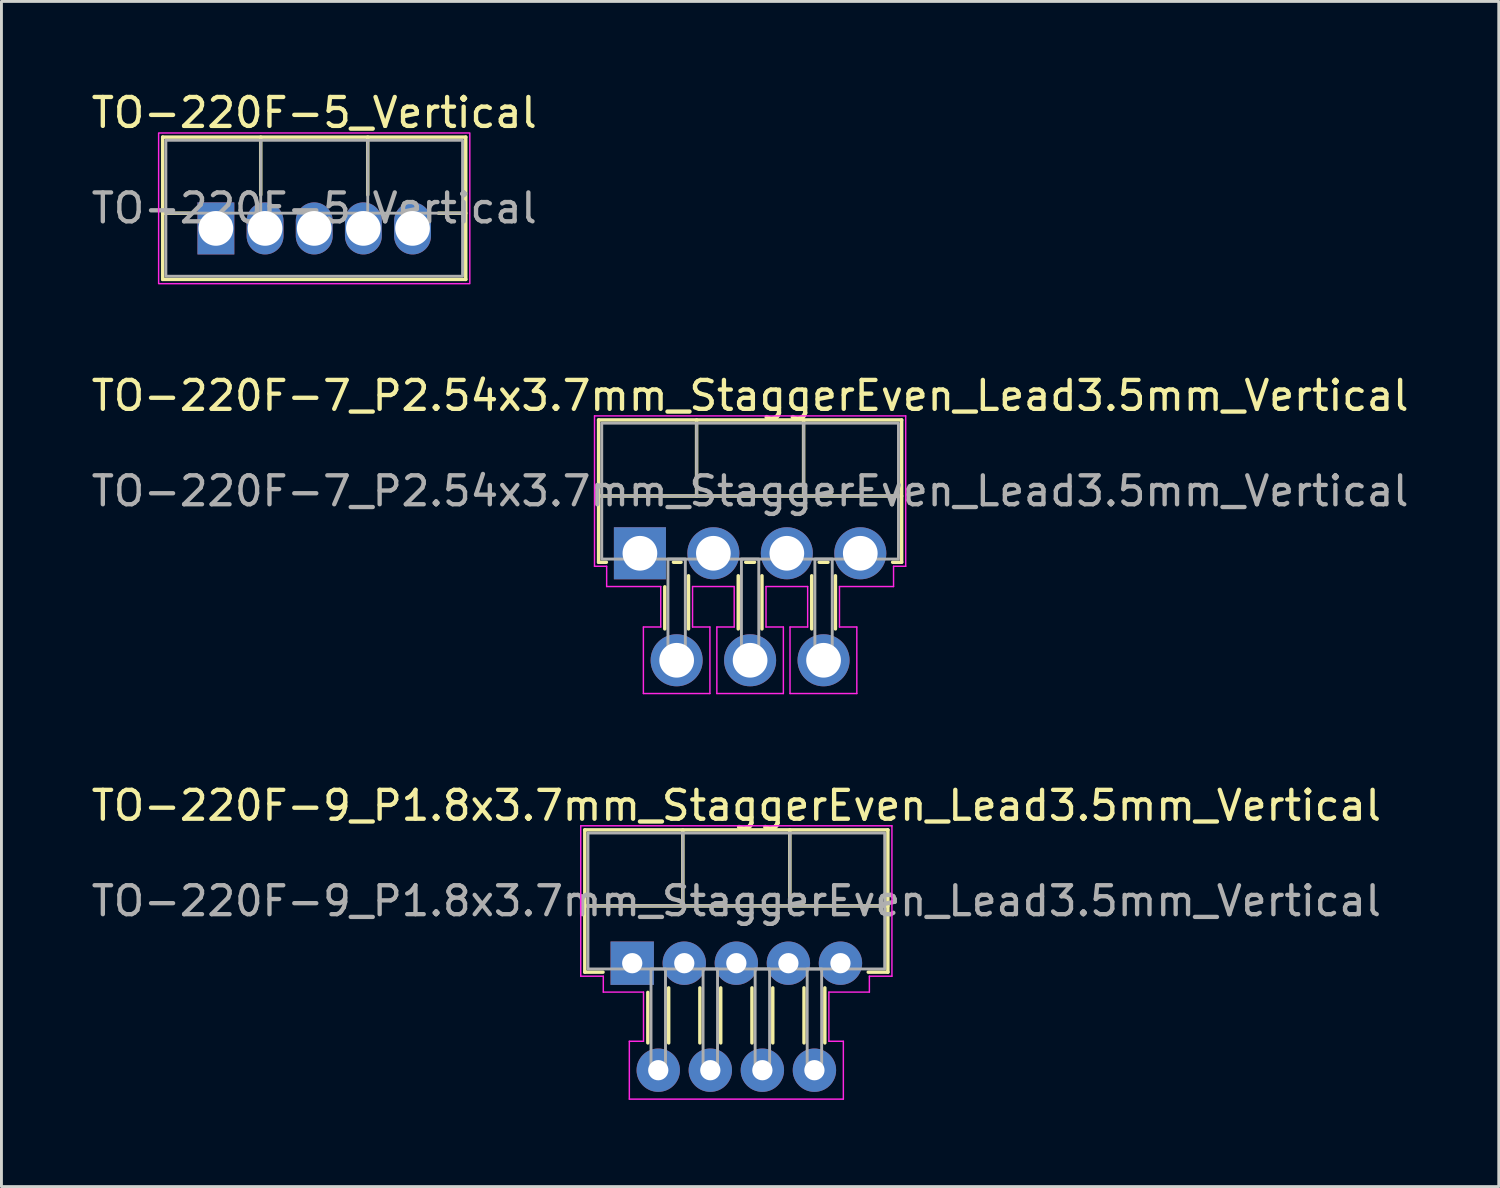
<source format=kicad_pcb>
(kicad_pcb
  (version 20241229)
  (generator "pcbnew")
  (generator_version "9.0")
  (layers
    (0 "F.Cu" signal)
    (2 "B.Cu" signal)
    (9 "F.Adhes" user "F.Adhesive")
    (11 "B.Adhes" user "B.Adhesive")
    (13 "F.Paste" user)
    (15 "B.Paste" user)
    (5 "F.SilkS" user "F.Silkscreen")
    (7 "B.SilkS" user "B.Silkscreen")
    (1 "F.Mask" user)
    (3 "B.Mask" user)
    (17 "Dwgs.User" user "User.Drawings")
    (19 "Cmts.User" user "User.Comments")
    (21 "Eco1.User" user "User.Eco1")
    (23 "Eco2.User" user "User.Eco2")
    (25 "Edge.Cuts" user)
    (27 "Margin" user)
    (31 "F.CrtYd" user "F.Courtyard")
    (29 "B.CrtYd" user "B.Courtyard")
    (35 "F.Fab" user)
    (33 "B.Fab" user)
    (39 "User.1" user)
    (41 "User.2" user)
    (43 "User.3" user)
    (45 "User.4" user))
  (footprint "TO-220F-7_P2.54x3.7mm_StaggerEven_Lead3.5mm_Vertical"
    (layer "F.Cu")
    (at 19.077 16.081)
    (property "Reference" "TO-220F-7_P2.54x3.7mm_StaggerEven_Lead3.5mm_Vertical" (at 3.81 -5.45 0) (layer "F.SilkS") (effects (font (size 1 1) (thickness 0.15))))
    (attr through_hole)
    (fp_line (start -1.43 -4.61) (end 9.05 -4.61) (stroke (width 0.12) (type solid)) (layer "F.SilkS"))
    (fp_line (start -1.43 -1.98) (end 9.05 -1.98) (stroke (width 0.12) (type solid)) (layer "F.SilkS"))
    (fp_line (start -1.43 0.31) (end -1.43 -4.61) (stroke (width 0.12) (type solid)) (layer "F.SilkS"))
    (fp_line (start -1.16 0.31) (end -1.43 0.31) (stroke (width 0.12) (type solid)) (layer "F.SilkS"))
    (fp_line (start 0.86 1.16) (end 0.86 2.615) (stroke (width 0.12) (type solid)) (layer "F.SilkS"))
    (fp_line (start 1.422 0.31) (end 1.16 0.31) (stroke (width 0.12) (type solid)) (layer "F.SilkS"))
    (fp_line (start 1.68 0.778) (end 1.68 2.615) (stroke (width 0.12) (type solid)) (layer "F.SilkS"))
    (fp_line (start 1.96 -4.61) (end 1.96 -1.98) (stroke (width 0.12) (type solid)) (layer "F.SilkS"))
    (fp_line (start 3.4 0.778) (end 3.4 2.615) (stroke (width 0.12) (type solid)) (layer "F.SilkS"))
    (fp_line (start 3.962 0.31) (end 3.658 0.31) (stroke (width 0.12) (type solid)) (layer "F.SilkS"))
    (fp_line (start 4.22 0.778) (end 4.22 2.615) (stroke (width 0.12) (type solid)) (layer "F.SilkS"))
    (fp_line (start 5.66 -4.61) (end 5.66 -1.98) (stroke (width 0.12) (type solid)) (layer "F.SilkS"))
    (fp_line (start 5.94 0.778) (end 5.94 2.615) (stroke (width 0.12) (type solid)) (layer "F.SilkS"))
    (fp_line (start 6.502 0.31) (end 6.198 0.31) (stroke (width 0.12) (type solid)) (layer "F.SilkS"))
    (fp_line (start 6.76 0.778) (end 6.76 2.615) (stroke (width 0.12) (type solid)) (layer "F.SilkS"))
    (fp_line (start 9.05 -4.61) (end 9.05 0.31) (stroke (width 0.12) (type solid)) (layer "F.SilkS"))
    (fp_line (start 9.05 0.31) (end 8.738 0.31) (stroke (width 0.12) (type solid)) (layer "F.SilkS"))
    (fp_line (start -1.57 -4.75) (end 9.19 -4.75) (stroke (width 0.05) (type solid)) (layer "F.CrtYd"))
    (fp_line (start -1.57 0.45) (end -1.57 -4.75) (stroke (width 0.05) (type solid)) (layer "F.CrtYd"))
    (fp_line (start -1.15 0.45) (end -1.57 0.45) (stroke (width 0.05) (type solid)) (layer "F.CrtYd"))
    (fp_line (start -1.15 1.15) (end -1.15 0.45) (stroke (width 0.05) (type solid)) (layer "F.CrtYd"))
    (fp_line (start 0.12 2.55) (end 0.72 2.55) (stroke (width 0.05) (type solid)) (layer "F.CrtYd"))
    (fp_line (start 0.12 4.85) (end 0.12 2.55) (stroke (width 0.05) (type solid)) (layer "F.CrtYd"))
    (fp_line (start 0.72 1.15) (end -1.15 1.15) (stroke (width 0.05) (type solid)) (layer "F.CrtYd"))
    (fp_line (start 0.72 2.55) (end 0.72 1.15) (stroke (width 0.05) (type solid)) (layer "F.CrtYd"))
    (fp_line (start 1.82 1.15) (end 1.82 2.55) (stroke (width 0.05) (type solid)) (layer "F.CrtYd"))
    (fp_line (start 1.82 2.55) (end 2.42 2.55) (stroke (width 0.05) (type solid)) (layer "F.CrtYd"))
    (fp_line (start 2.42 2.55) (end 2.42 4.85) (stroke (width 0.05) (type solid)) (layer "F.CrtYd"))
    (fp_line (start 2.42 4.85) (end 0.12 4.85) (stroke (width 0.05) (type solid)) (layer "F.CrtYd"))
    (fp_line (start 2.66 2.55) (end 3.26 2.55) (stroke (width 0.05) (type solid)) (layer "F.CrtYd"))
    (fp_line (start 2.66 4.85) (end 2.66 2.55) (stroke (width 0.05) (type solid)) (layer "F.CrtYd"))
    (fp_line (start 3.26 1.15) (end 1.82 1.15) (stroke (width 0.05) (type solid)) (layer "F.CrtYd"))
    (fp_line (start 3.26 2.55) (end 3.26 1.15) (stroke (width 0.05) (type solid)) (layer "F.CrtYd"))
    (fp_line (start 4.36 1.15) (end 4.36 2.55) (stroke (width 0.05) (type solid)) (layer "F.CrtYd"))
    (fp_line (start 4.36 2.55) (end 4.96 2.55) (stroke (width 0.05) (type solid)) (layer "F.CrtYd"))
    (fp_line (start 4.96 2.55) (end 4.96 4.85) (stroke (width 0.05) (type solid)) (layer "F.CrtYd"))
    (fp_line (start 4.96 4.85) (end 2.66 4.85) (stroke (width 0.05) (type solid)) (layer "F.CrtYd"))
    (fp_line (start 5.19 2.55) (end 5.8 2.55) (stroke (width 0.05) (type solid)) (layer "F.CrtYd"))
    (fp_line (start 5.19 4.85) (end 5.19 2.55) (stroke (width 0.05) (type solid)) (layer "F.CrtYd"))
    (fp_line (start 5.8 1.15) (end 4.36 1.15) (stroke (width 0.05) (type solid)) (layer "F.CrtYd"))
    (fp_line (start 5.8 2.55) (end 5.8 1.15) (stroke (width 0.05) (type solid)) (layer "F.CrtYd"))
    (fp_line (start 6.9 1.15) (end 6.9 2.55) (stroke (width 0.05) (type solid)) (layer "F.CrtYd"))
    (fp_line (start 6.9 2.55) (end 7.5 2.55) (stroke (width 0.05) (type solid)) (layer "F.CrtYd"))
    (fp_line (start 7.5 2.55) (end 7.5 4.85) (stroke (width 0.05) (type solid)) (layer "F.CrtYd"))
    (fp_line (start 7.5 4.85) (end 5.19 4.85) (stroke (width 0.05) (type solid)) (layer "F.CrtYd"))
    (fp_line (start 8.77 0.45) (end 8.77 1.15) (stroke (width 0.05) (type solid)) (layer "F.CrtYd"))
    (fp_line (start 8.77 1.15) (end 6.9 1.15) (stroke (width 0.05) (type solid)) (layer "F.CrtYd"))
    (fp_line (start 9.19 -4.75) (end 9.19 0.45) (stroke (width 0.05) (type solid)) (layer "F.CrtYd"))
    (fp_line (start 9.19 0.45) (end 8.77 0.45) (stroke (width 0.05) (type solid)) (layer "F.CrtYd"))
    (fp_line (start -1.32 -1.98) (end 8.94 -1.98) (stroke (width 0.1) (type solid)) (layer "F.Fab"))
    (fp_line (start 1.96 -4.5) (end 1.96 -1.98) (stroke (width 0.1) (type solid)) (layer "F.Fab"))
    (fp_line (start 5.66 -4.5) (end 5.66 -1.98) (stroke (width 0.1) (type solid)) (layer "F.Fab"))
    (fp_rect (start -1.32 -4.5) (end 8.94 0.2) (stroke (width 0.1) (type solid)) (fill no) (layer "F.Fab"))
    (fp_rect (start 0.97 0.2) (end 1.57 3.7) (stroke (width 0.1) (type solid)) (fill no) (layer "F.Fab"))
    (fp_rect (start 3.51 0.2) (end 4.11 3.7) (stroke (width 0.1) (type solid)) (fill no) (layer "F.Fab"))
    (fp_rect (start 6.05 0.2) (end 6.65 3.7) (stroke (width 0.1) (type solid)) (fill no) (layer "F.Fab"))
    (fp_text user "${REFERENCE}" (at 3.81 -2.15 0) (layer "F.Fab") (effects (font (size 1 1) (thickness 0.15))))
    (pad "1" thru_hole rect (at 0 0) (size 1.8 1.8) (drill 1.2) (layers "*.Cu" "*.Mask"))
    (pad "2" thru_hole circle (at 1.27 3.7) (size 1.8 1.8) (drill 1.2) (layers "*.Cu" "*.Mask"))
    (pad "3" thru_hole circle (at 2.54 0) (size 1.8 1.8) (drill 1.2) (layers "*.Cu" "*.Mask"))
    (pad "4" thru_hole circle (at 3.81 3.7) (size 1.8 1.8) (drill 1.2) (layers "*.Cu" "*.Mask"))
    (pad "5" thru_hole circle (at 5.08 0) (size 1.8 1.8) (drill 1.2) (layers "*.Cu" "*.Mask"))
    (pad "6" thru_hole circle (at 6.35 3.7) (size 1.8 1.8) (drill 1.2) (layers "*.Cu" "*.Mask"))
    (pad "7" thru_hole circle (at 7.62 0) (size 1.8 1.8) (drill 1.2) (layers "*.Cu" "*.Mask")))
  (footprint "TO-220F-5_Vertical"
    (layer "F.Cu")
    (at 4.415 4.848)
    (property "Reference" "TO-220F-5_Vertical" (at 3.4 -4 0) (layer "F.SilkS") (effects (font (size 1 1) (thickness 0.15))))
    (attr through_hole)
    (fp_line (start -1.84 -3.157) (end 8.64 -3.157) (stroke (width 0.12) (type solid)) (layer "F.SilkS"))
    (fp_line (start -1.84 -0.527) (end -0.898 -0.527) (stroke (width 0.12) (type solid)) (layer "F.SilkS"))
    (fp_line (start -1.84 1.763) (end -1.84 -3.157) (stroke (width 0.12) (type solid)) (layer "F.SilkS"))
    (fp_line (start 1.55 -3.157) (end 1.55 -1.16) (stroke (width 0.12) (type solid)) (layer "F.SilkS"))
    (fp_line (start 5.25 -3.157) (end 5.25 -1.16) (stroke (width 0.12) (type solid)) (layer "F.SilkS"))
    (fp_line (start 7.698 -0.527) (end 8.64 -0.527) (stroke (width 0.12) (type solid)) (layer "F.SilkS"))
    (fp_line (start 8.64 -3.157) (end 8.64 1.763) (stroke (width 0.12) (type solid)) (layer "F.SilkS"))
    (fp_line (start 8.64 1.763) (end -1.84 1.763) (stroke (width 0.12) (type solid)) (layer "F.SilkS"))
    (fp_rect (start -1.98 -3.3) (end 8.78 1.91) (stroke (width 0.05) (type solid)) (fill no) (layer "F.CrtYd"))
    (fp_line (start -1.73 -0.527) (end 8.53 -0.527) (stroke (width 0.1) (type solid)) (layer "F.Fab"))
    (fp_line (start 1.55 -3.047) (end 1.55 -0.527) (stroke (width 0.1) (type solid)) (layer "F.Fab"))
    (fp_line (start 5.25 -3.047) (end 5.25 -0.527) (stroke (width 0.1) (type solid)) (layer "F.Fab"))
    (fp_rect (start -1.73 -3.047) (end 8.53 1.653) (stroke (width 0.1) (type solid)) (fill no) (layer "F.Fab"))
    (fp_text user "${REFERENCE}" (at 3.4 -0.7 0) (layer "F.Fab") (effects (font (size 1 1) (thickness 0.15))))
    (pad "1" thru_hole rect (at 0 0) (size 1.275 1.8) (drill 1.2) (layers "*.Cu" "*.Mask"))
    (pad "2" thru_hole oval (at 1.7 0) (size 1.275 1.8) (drill 1.2) (layers "*.Cu" "*.Mask"))
    (pad "3" thru_hole oval (at 3.4 0) (size 1.275 1.8) (drill 1.2) (layers "*.Cu" "*.Mask"))
    (pad "4" thru_hole oval (at 5.1 0) (size 1.275 1.8) (drill 1.2) (layers "*.Cu" "*.Mask"))
    (pad "5" thru_hole oval (at 6.8 0) (size 1.275 1.8) (drill 1.2) (layers "*.Cu" "*.Mask")))
  (footprint "TO-220F-9_P1.8x3.7mm_StaggerEven_Lead3.5mm_Vertical"
    (layer "F.Cu")
    (at 18.811 30.255)
    (property "Reference" "TO-220F-9_P1.8x3.7mm_StaggerEven_Lead3.5mm_Vertical" (at 3.6 -5.45 0) (layer "F.SilkS") (effects (font (size 1 1) (thickness 0.15))))
    (attr through_hole)
    (fp_line (start -1.64 -4.61) (end 8.84 -4.61) (stroke (width 0.12) (type solid)) (layer "F.SilkS"))
    (fp_line (start -1.64 -1.98) (end 8.84 -1.98) (stroke (width 0.12) (type solid)) (layer "F.SilkS"))
    (fp_line (start -1.64 0.31) (end -1.64 -4.61) (stroke (width 0.12) (type solid)) (layer "F.SilkS"))
    (fp_line (start -1.01 0.31) (end -1.64 0.31) (stroke (width 0.12) (type solid)) (layer "F.SilkS"))
    (fp_line (start 0.54 1.01) (end 0.54 2.756) (stroke (width 0.12) (type solid)) (layer "F.SilkS"))
    (fp_line (start 1.26 0.854) (end 1.26 2.756) (stroke (width 0.12) (type solid)) (layer "F.SilkS"))
    (fp_line (start 1.75 -4.61) (end 1.75 -1.98) (stroke (width 0.12) (type solid)) (layer "F.SilkS"))
    (fp_line (start 2.34 0.854) (end 2.34 2.756) (stroke (width 0.12) (type solid)) (layer "F.SilkS"))
    (fp_line (start 3.06 0.854) (end 3.06 2.756) (stroke (width 0.12) (type solid)) (layer "F.SilkS"))
    (fp_line (start 4.14 0.854) (end 4.14 2.756) (stroke (width 0.12) (type solid)) (layer "F.SilkS"))
    (fp_line (start 4.86 0.854) (end 4.86 2.756) (stroke (width 0.12) (type solid)) (layer "F.SilkS"))
    (fp_line (start 5.45 -4.61) (end 5.45 -1.98) (stroke (width 0.12) (type solid)) (layer "F.SilkS"))
    (fp_line (start 5.94 0.854) (end 5.94 2.756) (stroke (width 0.12) (type solid)) (layer "F.SilkS"))
    (fp_line (start 6.66 0.854) (end 6.66 2.756) (stroke (width 0.12) (type solid)) (layer "F.SilkS"))
    (fp_line (start 8.84 -4.61) (end 8.84 0.31) (stroke (width 0.12) (type solid)) (layer "F.SilkS"))
    (fp_line (start 8.84 0.31) (end 8.161 0.31) (stroke (width 0.12) (type solid)) (layer "F.SilkS"))
    (fp_line (start -1.78 -4.75) (end 8.98 -4.75) (stroke (width 0.05) (type solid)) (layer "F.CrtYd"))
    (fp_line (start -1.78 0.45) (end -1.78 -4.75) (stroke (width 0.05) (type solid)) (layer "F.CrtYd"))
    (fp_line (start -1 0.45) (end -1.78 0.45) (stroke (width 0.05) (type solid)) (layer "F.CrtYd"))
    (fp_line (start -1 1) (end -1 0.45) (stroke (width 0.05) (type solid)) (layer "F.CrtYd"))
    (fp_line (start -0.1 2.7) (end 0.39 2.7) (stroke (width 0.05) (type solid)) (layer "F.CrtYd"))
    (fp_line (start -0.1 4.7) (end -0.1 2.7) (stroke (width 0.05) (type solid)) (layer "F.CrtYd"))
    (fp_line (start 0.39 1) (end -1 1) (stroke (width 0.05) (type solid)) (layer "F.CrtYd"))
    (fp_line (start 0.39 2.7) (end 0.39 1) (stroke (width 0.05) (type solid)) (layer "F.CrtYd"))
    (fp_line (start 6.8 1) (end 6.8 2.7) (stroke (width 0.05) (type solid)) (layer "F.CrtYd"))
    (fp_line (start 6.8 2.7) (end 7.3 2.7) (stroke (width 0.05) (type solid)) (layer "F.CrtYd"))
    (fp_line (start 7.3 2.7) (end 7.3 4.7) (stroke (width 0.05) (type solid)) (layer "F.CrtYd"))
    (fp_line (start 7.3 4.7) (end -0.1 4.7) (stroke (width 0.05) (type solid)) (layer "F.CrtYd"))
    (fp_line (start 8.2 0.45) (end 8.2 1) (stroke (width 0.05) (type solid)) (layer "F.CrtYd"))
    (fp_line (start 8.2 1) (end 6.8 1) (stroke (width 0.05) (type solid)) (layer "F.CrtYd"))
    (fp_line (start 8.98 -4.75) (end 8.98 0.45) (stroke (width 0.05) (type solid)) (layer "F.CrtYd"))
    (fp_line (start 8.98 0.45) (end 8.2 0.45) (stroke (width 0.05) (type solid)) (layer "F.CrtYd"))
    (fp_line (start -1.53 -1.98) (end 8.73 -1.98) (stroke (width 0.1) (type solid)) (layer "F.Fab"))
    (fp_line (start 1.75 -4.5) (end 1.75 -1.98) (stroke (width 0.1) (type solid)) (layer "F.Fab"))
    (fp_line (start 5.45 -4.5) (end 5.45 -1.98) (stroke (width 0.1) (type solid)) (layer "F.Fab"))
    (fp_rect (start -1.53 -4.5) (end 8.73 0.2) (stroke (width 0.1) (type solid)) (fill no) (layer "F.Fab"))
    (fp_rect (start 0.65 0.2) (end 1.15 3.7) (stroke (width 0.1) (type solid)) (fill no) (layer "F.Fab"))
    (fp_rect (start 2.45 0.2) (end 2.95 3.7) (stroke (width 0.1) (type solid)) (fill no) (layer "F.Fab"))
    (fp_rect (start 4.25 0.2) (end 4.75 3.7) (stroke (width 0.1) (type solid)) (fill no) (layer "F.Fab"))
    (fp_rect (start 6.05 0.2) (end 6.55 3.7) (stroke (width 0.1) (type solid)) (fill no) (layer "F.Fab"))
    (fp_text user "${REFERENCE}" (at 3.6 -2.15 0) (layer "F.Fab") (effects (font (size 1 1) (thickness 0.15))))
    (pad "1" thru_hole rect (at 0 0) (size 1.5 1.5) (drill 0.7) (layers "*.Cu" "*.Mask"))
    (pad "2" thru_hole circle (at 0.9 3.7) (size 1.5 1.5) (drill 0.7) (layers "*.Cu" "*.Mask"))
    (pad "3" thru_hole circle (at 1.8 0) (size 1.5 1.5) (drill 0.7) (layers "*.Cu" "*.Mask"))
    (pad "4" thru_hole circle (at 2.7 3.7) (size 1.5 1.5) (drill 0.7) (layers "*.Cu" "*.Mask"))
    (pad "5" thru_hole circle (at 3.6 0) (size 1.5 1.5) (drill 0.7) (layers "*.Cu" "*.Mask"))
    (pad "6" thru_hole circle (at 4.5 3.7) (size 1.5 1.5) (drill 0.7) (layers "*.Cu" "*.Mask"))
    (pad "7" thru_hole circle (at 5.4 0) (size 1.5 1.5) (drill 0.7) (layers "*.Cu" "*.Mask"))
    (pad "8" thru_hole circle (at 6.3 3.7) (size 1.5 1.5) (drill 0.7) (layers "*.Cu" "*.Mask"))
    (pad "9" thru_hole circle (at 7.2 0) (size 1.5 1.5) (drill 0.7) (layers "*.Cu" "*.Mask")))
  (gr_rect
    (start -3 -3)
    (end 48.774 37.98)
    (stroke (width 0.1) (type default))
    (fill no)
    (layer "Edge.Cuts")))
</source>
